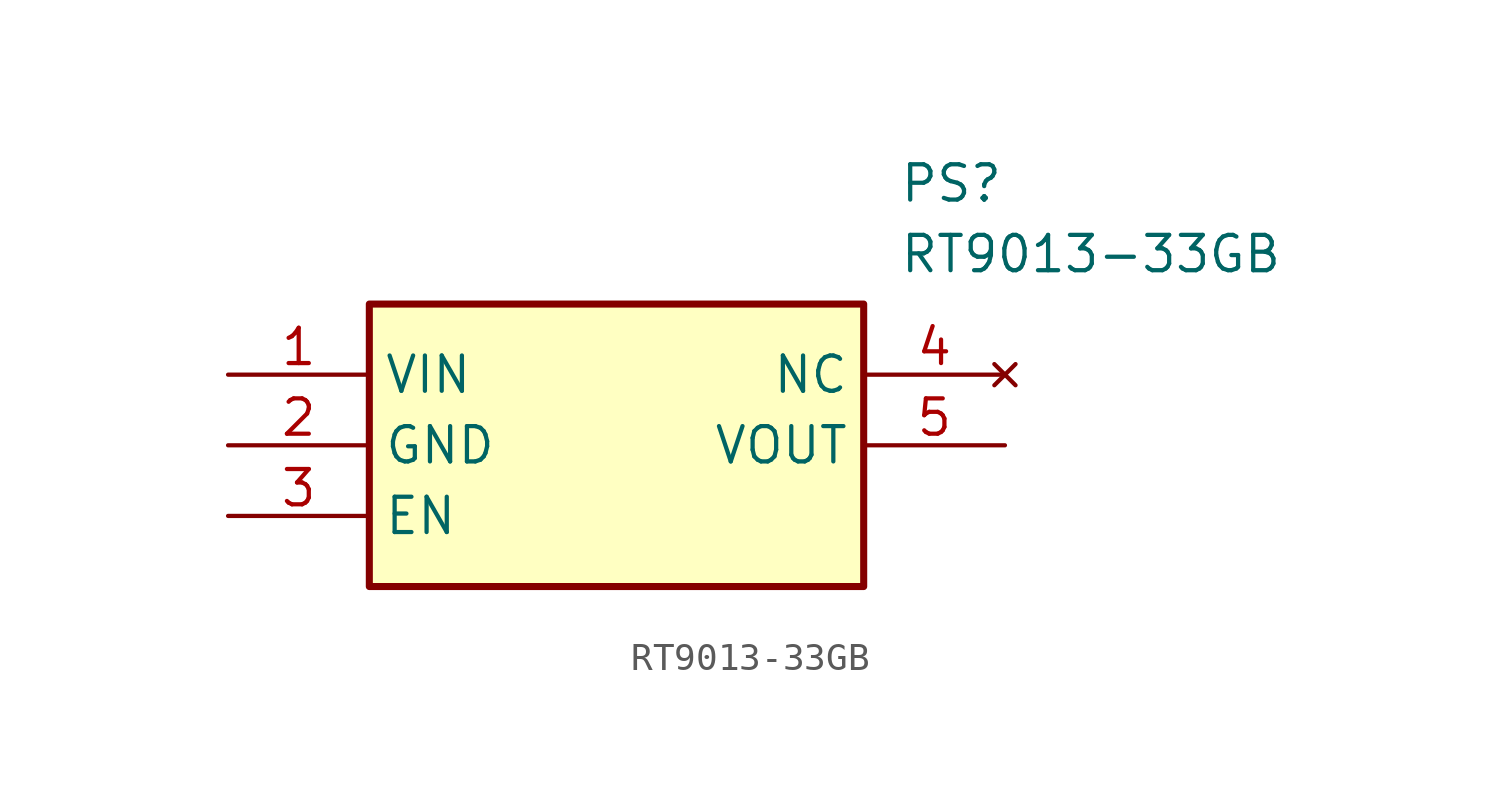
<source format=kicad_sym>
(kicad_symbol_lib
  (version 20211014)
  (generator SamacSys_ECAD_Model)
  (symbol "RT9013-33GB"
    (property "Reference" "PS"
      (at 24.13 7.62 0)
      (effects (font (size 1.27 1.27)) (justify left top)))
    (property "Value" "RT9013-33GB"
      (at 24.13 5.08 0)
      (effects (font (size 1.27 1.27)) (justify left top)))
    (rectangle
      (start 5.08 2.54)
      (end 22.86 -7.62)
      (stroke (width 0.254) (type default))
      (fill (type background)))
    (pin passive line
      (at 0 0 0)
      (length 5.08)
      (name "VIN" (effects (font (size 1.27 1.27))))
      (number "1" (effects (font (size 1.27 1.27)))))
    (pin passive line
      (at 0 -2.54 0)
      (length 5.08)
      (name "GND" (effects (font (size 1.27 1.27))))
      (number "2" (effects (font (size 1.27 1.27)))))
    (pin passive line
      (at 0 -5.08 0)
      (length 5.08)
      (name "EN" (effects (font (size 1.27 1.27))))
      (number "3" (effects (font (size 1.27 1.27)))))
    (pin no_connect line
      (at 27.94 0 180)
      (length 5.08)
      (name "NC" (effects (font (size 1.27 1.27))))
      (number "4" (effects (font (size 1.27 1.27)))))
    (pin passive line
      (at 27.94 -2.54 180)
      (length 5.08)
      (name "VOUT" (effects (font (size 1.27 1.27))))
      (number "5" (effects (font (size 1.27 1.27)))))))
</source>
